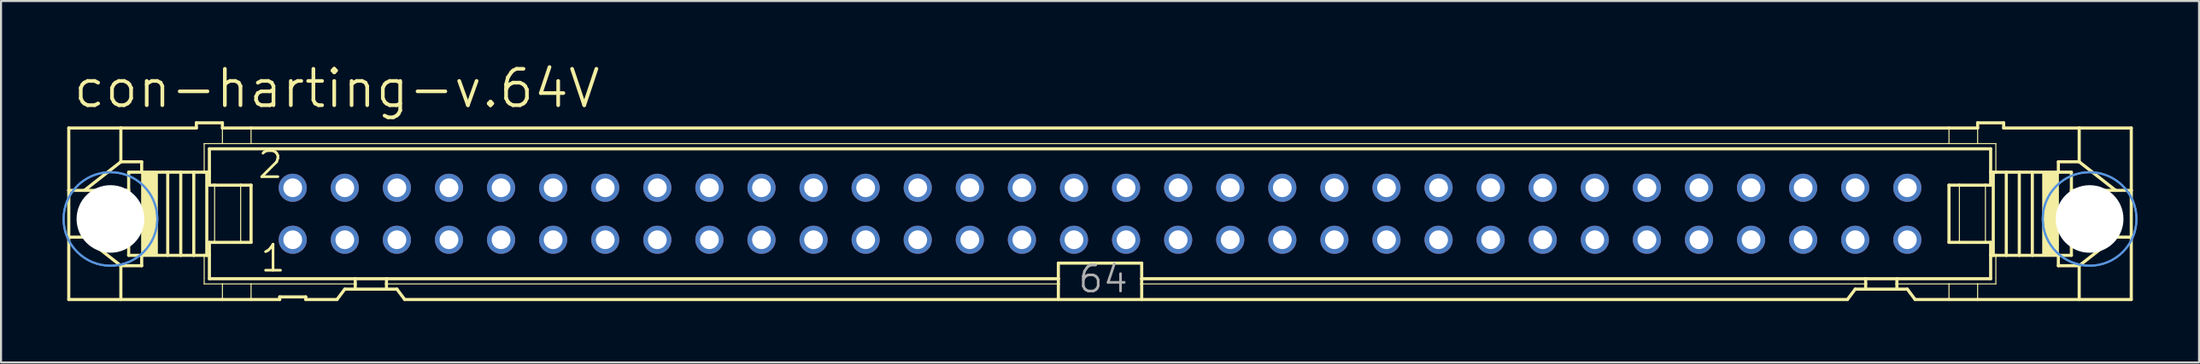
<source format=kicad_pcb>
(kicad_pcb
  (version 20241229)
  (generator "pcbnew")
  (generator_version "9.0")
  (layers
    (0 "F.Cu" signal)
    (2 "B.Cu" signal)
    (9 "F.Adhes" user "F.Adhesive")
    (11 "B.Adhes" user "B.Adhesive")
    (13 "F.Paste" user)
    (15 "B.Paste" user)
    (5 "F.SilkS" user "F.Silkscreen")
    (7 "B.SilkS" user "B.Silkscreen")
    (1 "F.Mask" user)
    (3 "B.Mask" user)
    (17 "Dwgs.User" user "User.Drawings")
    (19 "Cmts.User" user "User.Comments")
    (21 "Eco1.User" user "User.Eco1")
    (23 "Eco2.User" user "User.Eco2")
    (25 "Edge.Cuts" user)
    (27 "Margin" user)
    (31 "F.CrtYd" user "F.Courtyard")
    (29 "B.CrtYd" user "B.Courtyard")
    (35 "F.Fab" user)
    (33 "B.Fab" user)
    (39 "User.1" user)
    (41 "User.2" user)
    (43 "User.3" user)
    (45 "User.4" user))
  (footprint "con-harting-v.64V"
    (layer "F.Cu")
    (at 50.596 7.398)
    (property "Reference" "con-harting-v.64V" (at -50.165 -5.08 0) (layer "F.SilkS") (effects (font (size 1.778 1.778) (thickness 0.18)) (justify left bottom)))
    (attr through_hole)
    (fp_line (start -50.292 -4.191) (end -50.292 -1.143) (stroke (width 0.152) (type default)) (layer "F.SilkS"))
    (fp_line (start -50.292 -4.191) (end -47.752 -4.191) (stroke (width 0.152) (type default)) (layer "F.SilkS"))
    (fp_line (start -50.292 -1.143) (end -50.292 1.143) (stroke (width 0.152) (type default)) (layer "F.SilkS"))
    (fp_line (start -50.292 -1.143) (end -49.53 -1.143) (stroke (width 0.152) (type default)) (layer "F.SilkS"))
    (fp_line (start -50.292 1.143) (end -50.292 4.191) (stroke (width 0.152) (type default)) (layer "F.SilkS"))
    (fp_line (start -50.292 1.143) (end -49.53 1.143) (stroke (width 0.152) (type default)) (layer "F.SilkS"))
    (fp_line (start -49.53 -1.143) (end -47.371 -1.143) (stroke (width 0.152) (type default)) (layer "F.SilkS"))
    (fp_line (start -49.53 1.143) (end -47.371 1.143) (stroke (width 0.152) (type default)) (layer "F.SilkS"))
    (fp_line (start -47.752 -4.191) (end -47.752 -2.54) (stroke (width 0.152) (type default)) (layer "F.SilkS"))
    (fp_line (start -47.752 -2.54) (end -49.53 -1.143) (stroke (width 0.152) (type default)) (layer "F.SilkS"))
    (fp_line (start -47.752 2.54) (end -49.53 1.143) (stroke (width 0.152) (type default)) (layer "F.SilkS"))
    (fp_line (start -47.752 2.54) (end -47.752 4.191) (stroke (width 0.152) (type default)) (layer "F.SilkS"))
    (fp_line (start -47.752 4.191) (end -50.292 4.191) (stroke (width 0.152) (type default)) (layer "F.SilkS"))
    (fp_line (start -47.371 -1.143) (end -47.371 -2.032) (stroke (width 0.152) (type default)) (layer "F.SilkS"))
    (fp_line (start -47.371 1.143) (end -47.371 -1.143) (stroke (width 0.152) (type default)) (layer "F.SilkS"))
    (fp_line (start -47.371 2.032) (end -47.371 1.143) (stroke (width 0.152) (type default)) (layer "F.SilkS"))
    (fp_line (start -46.736 -2.54) (end -47.752 -2.54) (stroke (width 0.152) (type default)) (layer "F.SilkS"))
    (fp_line (start -46.736 -2.54) (end -46.736 -2.032) (stroke (width 0.152) (type default)) (layer "F.SilkS"))
    (fp_line (start -46.736 -2.032) (end -47.371 -2.032) (stroke (width 0.152) (type default)) (layer "F.SilkS"))
    (fp_line (start -46.736 2.032) (end -47.371 2.032) (stroke (width 0.152) (type default)) (layer "F.SilkS"))
    (fp_line (start -46.736 2.032) (end -46.736 2.54) (stroke (width 0.152) (type default)) (layer "F.SilkS"))
    (fp_line (start -46.736 2.54) (end -47.752 2.54) (stroke (width 0.152) (type default)) (layer "F.SilkS"))
    (fp_line (start -45.466 -2.032) (end -46.736 -2.032) (stroke (width 0.152) (type default)) (layer "F.SilkS"))
    (fp_line (start -45.466 2.032) (end -46.736 2.032) (stroke (width 0.152) (type default)) (layer "F.SilkS"))
    (fp_line (start -45.466 2.032) (end -45.466 -2.032) (stroke (width 0.152) (type default)) (layer "F.SilkS"))
    (fp_line (start -44.831 -2.032) (end -45.466 -2.032) (stroke (width 0.152) (type default)) (layer "F.SilkS"))
    (fp_line (start -44.831 2.032) (end -45.466 2.032) (stroke (width 0.152) (type default)) (layer "F.SilkS"))
    (fp_line (start -44.831 2.032) (end -44.831 -2.032) (stroke (width 0.152) (type default)) (layer "F.SilkS"))
    (fp_line (start -44.196 -2.032) (end -44.831 -2.032) (stroke (width 0.152) (type default)) (layer "F.SilkS"))
    (fp_line (start -44.196 2.032) (end -44.831 2.032) (stroke (width 0.152) (type default)) (layer "F.SilkS"))
    (fp_line (start -44.196 2.032) (end -44.196 -2.032) (stroke (width 0.152) (type default)) (layer "F.SilkS"))
    (fp_line (start -44.069 -4.445) (end -44.069 -4.191) (stroke (width 0.152) (type default)) (layer "F.SilkS"))
    (fp_line (start -44.069 -4.445) (end -42.799 -4.445) (stroke (width 0.152) (type default)) (layer "F.SilkS"))
    (fp_line (start -44.069 -4.191) (end -47.752 -4.191) (stroke (width 0.152) (type default)) (layer "F.SilkS"))
    (fp_line (start -43.688 -3.429) (end -43.688 -2.032) (stroke (width 0.051) (type default)) (layer "F.SilkS"))
    (fp_line (start -43.688 -2.032) (end -44.196 -2.032) (stroke (width 0.152) (type default)) (layer "F.SilkS"))
    (fp_line (start -43.688 2.032) (end -44.196 2.032) (stroke (width 0.152) (type default)) (layer "F.SilkS"))
    (fp_line (start -43.688 3.429) (end -43.688 2.032) (stroke (width 0.051) (type default)) (layer "F.SilkS"))
    (fp_line (start -43.561 -2.032) (end -43.688 -2.032) (stroke (width 0.152) (type default)) (layer "F.SilkS"))
    (fp_line (start -43.561 2.032) (end -43.688 2.032) (stroke (width 0.152) (type default)) (layer "F.SilkS"))
    (fp_line (start -43.561 2.032) (end -43.561 -2.032) (stroke (width 0.152) (type default)) (layer "F.SilkS"))
    (fp_line (start -43.434 -3.175) (end 43.434 -3.175) (stroke (width 0.152) (type default)) (layer "F.SilkS"))
    (fp_line (start -43.434 -2.032) (end -43.561 -2.032) (stroke (width 0.152) (type default)) (layer "F.SilkS"))
    (fp_line (start -43.434 -2.032) (end -43.434 -3.175) (stroke (width 0.152) (type default)) (layer "F.SilkS"))
    (fp_line (start -43.434 -1.397) (end -43.434 -2.032) (stroke (width 0.152) (type default)) (layer "F.SilkS"))
    (fp_line (start -43.434 -1.397) (end -43.18 -1.397) (stroke (width 0.152) (type default)) (layer "F.SilkS"))
    (fp_line (start -43.434 2.032) (end -43.561 2.032) (stroke (width 0.152) (type default)) (layer "F.SilkS"))
    (fp_line (start -43.434 2.032) (end -43.434 1.397) (stroke (width 0.152) (type default)) (layer "F.SilkS"))
    (fp_line (start -43.434 3.175) (end -43.434 2.032) (stroke (width 0.152) (type default)) (layer "F.SilkS"))
    (fp_line (start -43.18 -1.397) (end -41.91 -1.397) (stroke (width 0.152) (type default)) (layer "F.SilkS"))
    (fp_line (start -43.18 1.397) (end -43.434 1.397) (stroke (width 0.152) (type default)) (layer "F.SilkS"))
    (fp_line (start -43.18 1.397) (end -43.18 -1.397) (stroke (width 0.051) (type default)) (layer "F.SilkS"))
    (fp_line (start -42.799 -4.445) (end -42.799 -4.191) (stroke (width 0.152) (type default)) (layer "F.SilkS"))
    (fp_line (start -42.799 -3.429) (end -43.688 -3.429) (stroke (width 0.051) (type default)) (layer "F.SilkS"))
    (fp_line (start -42.799 -3.429) (end -42.799 -4.191) (stroke (width 0.051) (type default)) (layer "F.SilkS"))
    (fp_line (start -42.799 -3.429) (end -41.402 -3.429) (stroke (width 0.051) (type default)) (layer "F.SilkS"))
    (fp_line (start -42.799 3.429) (end -43.688 3.429) (stroke (width 0.051) (type default)) (layer "F.SilkS"))
    (fp_line (start -42.799 4.191) (end -47.752 4.191) (stroke (width 0.152) (type default)) (layer "F.SilkS"))
    (fp_line (start -42.799 4.191) (end -42.799 3.429) (stroke (width 0.051) (type default)) (layer "F.SilkS"))
    (fp_line (start -41.91 -1.397) (end -41.402 -1.397) (stroke (width 0.152) (type default)) (layer "F.SilkS"))
    (fp_line (start -41.91 1.397) (end -43.18 1.397) (stroke (width 0.152) (type default)) (layer "F.SilkS"))
    (fp_line (start -41.91 1.397) (end -41.91 -1.397) (stroke (width 0.051) (type default)) (layer "F.SilkS"))
    (fp_line (start -41.402 -4.191) (end -42.799 -4.191) (stroke (width 0.152) (type default)) (layer "F.SilkS"))
    (fp_line (start -41.402 -4.191) (end 41.402 -4.191) (stroke (width 0.152) (type default)) (layer "F.SilkS"))
    (fp_line (start -41.402 -3.429) (end -41.402 -4.191) (stroke (width 0.051) (type default)) (layer "F.SilkS"))
    (fp_line (start -41.402 -3.429) (end 41.402 -3.429) (stroke (width 0.051) (type default)) (layer "F.SilkS"))
    (fp_line (start -41.402 1.397) (end -41.91 1.397) (stroke (width 0.152) (type default)) (layer "F.SilkS"))
    (fp_line (start -41.402 1.397) (end -41.402 -1.397) (stroke (width 0.152) (type default)) (layer "F.SilkS"))
    (fp_line (start -41.402 3.429) (end -42.799 3.429) (stroke (width 0.051) (type default)) (layer "F.SilkS"))
    (fp_line (start -41.402 4.191) (end -42.799 4.191) (stroke (width 0.152) (type default)) (layer "F.SilkS"))
    (fp_line (start -41.402 4.191) (end -41.402 3.429) (stroke (width 0.051) (type default)) (layer "F.SilkS"))
    (fp_line (start -40.005 4.191) (end -41.402 4.191) (stroke (width 0.152) (type default)) (layer "F.SilkS"))
    (fp_line (start -40.005 4.191) (end -40.005 4.064) (stroke (width 0.152) (type default)) (layer "F.SilkS"))
    (fp_line (start -38.735 4.064) (end -40.005 4.064) (stroke (width 0.152) (type default)) (layer "F.SilkS"))
    (fp_line (start -38.735 4.064) (end -38.735 4.191) (stroke (width 0.152) (type default)) (layer "F.SilkS"))
    (fp_line (start -37.211 4.191) (end -38.735 4.191) (stroke (width 0.152) (type default)) (layer "F.SilkS"))
    (fp_line (start -37.211 4.191) (end -36.83 3.683) (stroke (width 0.152) (type default)) (layer "F.SilkS"))
    (fp_line (start -36.322 3.175) (end -43.434 3.175) (stroke (width 0.152) (type default)) (layer "F.SilkS"))
    (fp_line (start -36.322 3.175) (end -36.322 3.429) (stroke (width 0.152) (type default)) (layer "F.SilkS"))
    (fp_line (start -36.322 3.429) (end -41.402 3.429) (stroke (width 0.051) (type default)) (layer "F.SilkS"))
    (fp_line (start -36.322 3.429) (end -36.322 3.683) (stroke (width 0.152) (type default)) (layer "F.SilkS"))
    (fp_line (start -36.322 3.683) (end -36.83 3.683) (stroke (width 0.152) (type default)) (layer "F.SilkS"))
    (fp_line (start -34.798 3.175) (end -36.322 3.175) (stroke (width 0.152) (type default)) (layer "F.SilkS"))
    (fp_line (start -34.798 3.175) (end -34.798 3.429) (stroke (width 0.152) (type default)) (layer "F.SilkS"))
    (fp_line (start -34.798 3.429) (end -34.798 3.683) (stroke (width 0.152) (type default)) (layer "F.SilkS"))
    (fp_line (start -34.798 3.683) (end -36.322 3.683) (stroke (width 0.152) (type default)) (layer "F.SilkS"))
    (fp_line (start -34.29 3.683) (end -34.798 3.683) (stroke (width 0.152) (type default)) (layer "F.SilkS"))
    (fp_line (start -34.29 3.683) (end -33.909 4.191) (stroke (width 0.152) (type default)) (layer "F.SilkS"))
    (fp_line (start -2.032 3.175) (end -34.798 3.175) (stroke (width 0.152) (type default)) (layer "F.SilkS"))
    (fp_line (start -2.032 3.175) (end -2.032 2.413) (stroke (width 0.152) (type default)) (layer "F.SilkS"))
    (fp_line (start -2.032 3.175) (end -2.032 3.429) (stroke (width 0.152) (type default)) (layer "F.SilkS"))
    (fp_line (start -2.032 3.429) (end -34.798 3.429) (stroke (width 0.051) (type default)) (layer "F.SilkS"))
    (fp_line (start -2.032 3.429) (end -2.032 4.191) (stroke (width 0.152) (type default)) (layer "F.SilkS"))
    (fp_line (start -2.032 4.191) (end -33.909 4.191) (stroke (width 0.152) (type default)) (layer "F.SilkS"))
    (fp_line (start 2.032 2.413) (end -2.032 2.413) (stroke (width 0.152) (type default)) (layer "F.SilkS"))
    (fp_line (start 2.032 2.413) (end 2.032 3.175) (stroke (width 0.152) (type default)) (layer "F.SilkS"))
    (fp_line (start 2.032 3.175) (end 2.032 3.429) (stroke (width 0.152) (type default)) (layer "F.SilkS"))
    (fp_line (start 2.032 3.429) (end 2.032 4.191) (stroke (width 0.152) (type default)) (layer "F.SilkS"))
    (fp_line (start 2.032 4.191) (end -2.032 4.191) (stroke (width 0.152) (type default)) (layer "F.SilkS"))
    (fp_line (start 36.449 4.191) (end 2.032 4.191) (stroke (width 0.152) (type default)) (layer "F.SilkS"))
    (fp_line (start 36.449 4.191) (end 36.83 3.683) (stroke (width 0.152) (type default)) (layer "F.SilkS"))
    (fp_line (start 37.338 3.175) (end 2.032 3.175) (stroke (width 0.152) (type default)) (layer "F.SilkS"))
    (fp_line (start 37.338 3.175) (end 37.338 3.429) (stroke (width 0.152) (type default)) (layer "F.SilkS"))
    (fp_line (start 37.338 3.429) (end 2.032 3.429) (stroke (width 0.051) (type default)) (layer "F.SilkS"))
    (fp_line (start 37.338 3.429) (end 37.338 3.683) (stroke (width 0.152) (type default)) (layer "F.SilkS"))
    (fp_line (start 37.338 3.683) (end 36.83 3.683) (stroke (width 0.152) (type default)) (layer "F.SilkS"))
    (fp_line (start 38.862 3.175) (end 37.338 3.175) (stroke (width 0.152) (type default)) (layer "F.SilkS"))
    (fp_line (start 38.862 3.175) (end 38.862 3.429) (stroke (width 0.152) (type default)) (layer "F.SilkS"))
    (fp_line (start 38.862 3.429) (end 38.862 3.683) (stroke (width 0.152) (type default)) (layer "F.SilkS"))
    (fp_line (start 38.862 3.429) (end 41.402 3.429) (stroke (width 0.051) (type default)) (layer "F.SilkS"))
    (fp_line (start 38.862 3.683) (end 37.338 3.683) (stroke (width 0.152) (type default)) (layer "F.SilkS"))
    (fp_line (start 39.37 3.683) (end 38.862 3.683) (stroke (width 0.152) (type default)) (layer "F.SilkS"))
    (fp_line (start 39.37 3.683) (end 39.751 4.191) (stroke (width 0.152) (type default)) (layer "F.SilkS"))
    (fp_line (start 41.402 -4.191) (end 41.402 -3.429) (stroke (width 0.051) (type default)) (layer "F.SilkS"))
    (fp_line (start 41.402 -4.191) (end 42.799 -4.191) (stroke (width 0.152) (type default)) (layer "F.SilkS"))
    (fp_line (start 41.402 -1.397) (end 41.402 1.397) (stroke (width 0.152) (type default)) (layer "F.SilkS"))
    (fp_line (start 41.402 -1.397) (end 41.91 -1.397) (stroke (width 0.152) (type default)) (layer "F.SilkS"))
    (fp_line (start 41.402 3.429) (end 41.402 4.191) (stroke (width 0.051) (type default)) (layer "F.SilkS"))
    (fp_line (start 41.402 3.429) (end 42.799 3.429) (stroke (width 0.051) (type default)) (layer "F.SilkS"))
    (fp_line (start 41.402 4.191) (end 39.751 4.191) (stroke (width 0.152) (type default)) (layer "F.SilkS"))
    (fp_line (start 41.91 -1.397) (end 41.91 1.397) (stroke (width 0.051) (type default)) (layer "F.SilkS"))
    (fp_line (start 41.91 -1.397) (end 43.18 -1.397) (stroke (width 0.152) (type default)) (layer "F.SilkS"))
    (fp_line (start 41.91 1.397) (end 41.402 1.397) (stroke (width 0.152) (type default)) (layer "F.SilkS"))
    (fp_line (start 42.799 -4.191) (end 42.799 -4.445) (stroke (width 0.152) (type default)) (layer "F.SilkS"))
    (fp_line (start 42.799 -4.191) (end 42.799 -3.429) (stroke (width 0.051) (type default)) (layer "F.SilkS"))
    (fp_line (start 42.799 -3.429) (end 41.402 -3.429) (stroke (width 0.051) (type default)) (layer "F.SilkS"))
    (fp_line (start 42.799 -3.429) (end 43.688 -3.429) (stroke (width 0.051) (type default)) (layer "F.SilkS"))
    (fp_line (start 42.799 3.429) (end 42.799 4.191) (stroke (width 0.051) (type default)) (layer "F.SilkS"))
    (fp_line (start 42.799 3.429) (end 43.688 3.429) (stroke (width 0.051) (type default)) (layer "F.SilkS"))
    (fp_line (start 42.799 4.191) (end 41.402 4.191) (stroke (width 0.152) (type default)) (layer "F.SilkS"))
    (fp_line (start 43.18 -1.397) (end 43.18 1.397) (stroke (width 0.051) (type default)) (layer "F.SilkS"))
    (fp_line (start 43.18 -1.397) (end 43.434 -1.397) (stroke (width 0.152) (type default)) (layer "F.SilkS"))
    (fp_line (start 43.18 1.397) (end 41.91 1.397) (stroke (width 0.152) (type default)) (layer "F.SilkS"))
    (fp_line (start 43.434 -3.175) (end 43.434 -2.032) (stroke (width 0.152) (type default)) (layer "F.SilkS"))
    (fp_line (start 43.434 -2.032) (end 43.434 -1.397) (stroke (width 0.152) (type default)) (layer "F.SilkS"))
    (fp_line (start 43.434 -2.032) (end 43.561 -2.032) (stroke (width 0.152) (type default)) (layer "F.SilkS"))
    (fp_line (start 43.434 1.397) (end 43.18 1.397) (stroke (width 0.152) (type default)) (layer "F.SilkS"))
    (fp_line (start 43.434 1.397) (end 43.434 2.032) (stroke (width 0.152) (type default)) (layer "F.SilkS"))
    (fp_line (start 43.434 2.032) (end 43.434 3.175) (stroke (width 0.152) (type default)) (layer "F.SilkS"))
    (fp_line (start 43.434 2.032) (end 43.561 2.032) (stroke (width 0.152) (type default)) (layer "F.SilkS"))
    (fp_line (start 43.434 3.175) (end 38.862 3.175) (stroke (width 0.152) (type default)) (layer "F.SilkS"))
    (fp_line (start 43.561 -2.032) (end 43.561 2.032) (stroke (width 0.152) (type default)) (layer "F.SilkS"))
    (fp_line (start 43.561 -2.032) (end 43.688 -2.032) (stroke (width 0.152) (type default)) (layer "F.SilkS"))
    (fp_line (start 43.561 2.032) (end 43.688 2.032) (stroke (width 0.152) (type default)) (layer "F.SilkS"))
    (fp_line (start 43.688 -3.429) (end 43.688 -2.032) (stroke (width 0.051) (type default)) (layer "F.SilkS"))
    (fp_line (start 43.688 -2.032) (end 44.196 -2.032) (stroke (width 0.152) (type default)) (layer "F.SilkS"))
    (fp_line (start 43.688 2.032) (end 44.196 2.032) (stroke (width 0.152) (type default)) (layer "F.SilkS"))
    (fp_line (start 43.688 3.429) (end 43.688 2.032) (stroke (width 0.051) (type default)) (layer "F.SilkS"))
    (fp_line (start 44.069 -4.445) (end 42.799 -4.445) (stroke (width 0.152) (type default)) (layer "F.SilkS"))
    (fp_line (start 44.069 -4.191) (end 44.069 -4.445) (stroke (width 0.152) (type default)) (layer "F.SilkS"))
    (fp_line (start 44.069 -4.191) (end 47.752 -4.191) (stroke (width 0.152) (type default)) (layer "F.SilkS"))
    (fp_line (start 44.196 -2.032) (end 44.196 2.032) (stroke (width 0.152) (type default)) (layer "F.SilkS"))
    (fp_line (start 44.196 -2.032) (end 44.831 -2.032) (stroke (width 0.152) (type default)) (layer "F.SilkS"))
    (fp_line (start 44.196 2.032) (end 44.831 2.032) (stroke (width 0.152) (type default)) (layer "F.SilkS"))
    (fp_line (start 44.831 -2.032) (end 44.831 2.032) (stroke (width 0.152) (type default)) (layer "F.SilkS"))
    (fp_line (start 44.831 -2.032) (end 45.466 -2.032) (stroke (width 0.152) (type default)) (layer "F.SilkS"))
    (fp_line (start 44.831 2.032) (end 45.466 2.032) (stroke (width 0.152) (type default)) (layer "F.SilkS"))
    (fp_line (start 45.466 -2.032) (end 45.466 2.032) (stroke (width 0.152) (type default)) (layer "F.SilkS"))
    (fp_line (start 45.466 -2.032) (end 46.736 -2.032) (stroke (width 0.152) (type default)) (layer "F.SilkS"))
    (fp_line (start 45.466 2.032) (end 46.736 2.032) (stroke (width 0.152) (type default)) (layer "F.SilkS"))
    (fp_line (start 46.736 -2.54) (end 47.752 -2.54) (stroke (width 0.152) (type default)) (layer "F.SilkS"))
    (fp_line (start 46.736 -2.032) (end 46.736 -2.54) (stroke (width 0.152) (type default)) (layer "F.SilkS"))
    (fp_line (start 46.736 -2.032) (end 47.371 -2.032) (stroke (width 0.152) (type default)) (layer "F.SilkS"))
    (fp_line (start 46.736 2.032) (end 47.371 2.032) (stroke (width 0.152) (type default)) (layer "F.SilkS"))
    (fp_line (start 46.736 2.54) (end 46.736 2.032) (stroke (width 0.152) (type default)) (layer "F.SilkS"))
    (fp_line (start 46.736 2.54) (end 47.752 2.54) (stroke (width 0.152) (type default)) (layer "F.SilkS"))
    (fp_line (start 47.371 -2.032) (end 47.371 -1.143) (stroke (width 0.152) (type default)) (layer "F.SilkS"))
    (fp_line (start 47.371 -1.143) (end 47.371 1.143) (stroke (width 0.152) (type default)) (layer "F.SilkS"))
    (fp_line (start 47.371 1.143) (end 47.371 2.032) (stroke (width 0.152) (type default)) (layer "F.SilkS"))
    (fp_line (start 47.752 -4.191) (end 50.292 -4.191) (stroke (width 0.152) (type default)) (layer "F.SilkS"))
    (fp_line (start 47.752 -2.54) (end 47.752 -4.191) (stroke (width 0.152) (type default)) (layer "F.SilkS"))
    (fp_line (start 47.752 -2.54) (end 49.53 -1.143) (stroke (width 0.152) (type default)) (layer "F.SilkS"))
    (fp_line (start 47.752 2.54) (end 49.53 1.143) (stroke (width 0.152) (type default)) (layer "F.SilkS"))
    (fp_line (start 47.752 4.191) (end 42.799 4.191) (stroke (width 0.152) (type default)) (layer "F.SilkS"))
    (fp_line (start 47.752 4.191) (end 47.752 2.54) (stroke (width 0.152) (type default)) (layer "F.SilkS"))
    (fp_line (start 49.53 -1.143) (end 47.371 -1.143) (stroke (width 0.152) (type default)) (layer "F.SilkS"))
    (fp_line (start 49.53 1.143) (end 47.371 1.143) (stroke (width 0.152) (type default)) (layer "F.SilkS"))
    (fp_line (start 50.292 -1.143) (end 49.53 -1.143) (stroke (width 0.152) (type default)) (layer "F.SilkS"))
    (fp_line (start 50.292 -1.143) (end 50.292 -4.191) (stroke (width 0.152) (type default)) (layer "F.SilkS"))
    (fp_line (start 50.292 1.143) (end 49.53 1.143) (stroke (width 0.152) (type default)) (layer "F.SilkS"))
    (fp_line (start 50.292 1.143) (end 50.292 -1.143) (stroke (width 0.152) (type default)) (layer "F.SilkS"))
    (fp_line (start 50.292 4.191) (end 47.752 4.191) (stroke (width 0.152) (type default)) (layer "F.SilkS"))
    (fp_line (start 50.292 4.191) (end 50.292 1.143) (stroke (width 0.152) (type default)) (layer "F.SilkS"))
    (fp_rect (start -46.736 2.032) (end -45.974 -2.032) (stroke (width 0.05) (type default)) (fill yes) (layer "F.SilkS"))
    (fp_rect (start 45.974 2.032) (end 46.736 -2.032) (stroke (width 0.05) (type default)) (fill yes) (layer "F.SilkS"))
    (fp_circle (center -48.26 0.254) (end -45.974 0.254) (stroke (width 0.1) (type default)) (fill no) (layer "Cmts.User"))
    (fp_circle (center -48.26 0.254) (end -45.974 0.254) (stroke (width 0.1) (type default)) (fill no) (layer "Cmts.User"))
    (fp_circle (center 48.26 0.254) (end 50.546 0.254) (stroke (width 0.1) (type default)) (fill no) (layer "Cmts.User"))
    (fp_circle (center 48.26 0.254) (end 50.546 0.254) (stroke (width 0.1) (type default)) (fill no) (layer "Cmts.User"))
    (fp_rect (start -49.53 0.381) (end -47.752 -0.381) (stroke (width 0.05) (type default)) (fill no) (layer "F.Fab"))
    (fp_rect (start -39.624 -1.016) (end -39.116 -1.524) (stroke (width 0.05) (type default)) (fill no) (layer "F.Fab"))
    (fp_rect (start -39.624 1.524) (end -39.116 1.016) (stroke (width 0.05) (type default)) (fill no) (layer "F.Fab"))
    (fp_rect (start -37.084 -1.016) (end -36.576 -1.524) (stroke (width 0.05) (type default)) (fill no) (layer "F.Fab"))
    (fp_rect (start -37.084 1.524) (end -36.576 1.016) (stroke (width 0.05) (type default)) (fill no) (layer "F.Fab"))
    (fp_rect (start -34.544 -1.016) (end -34.036 -1.524) (stroke (width 0.05) (type default)) (fill no) (layer "F.Fab"))
    (fp_rect (start -34.544 1.524) (end -34.036 1.016) (stroke (width 0.05) (type default)) (fill no) (layer "F.Fab"))
    (fp_rect (start -32.004 -1.016) (end -31.496 -1.524) (stroke (width 0.05) (type default)) (fill no) (layer "F.Fab"))
    (fp_rect (start -32.004 1.524) (end -31.496 1.016) (stroke (width 0.05) (type default)) (fill no) (layer "F.Fab"))
    (fp_rect (start -29.464 -1.016) (end -28.956 -1.524) (stroke (width 0.05) (type default)) (fill no) (layer "F.Fab"))
    (fp_rect (start -29.464 1.524) (end -28.956 1.016) (stroke (width 0.05) (type default)) (fill no) (layer "F.Fab"))
    (fp_rect (start -26.924 -1.016) (end -26.416 -1.524) (stroke (width 0.05) (type default)) (fill no) (layer "F.Fab"))
    (fp_rect (start -26.924 1.524) (end -26.416 1.016) (stroke (width 0.05) (type default)) (fill no) (layer "F.Fab"))
    (fp_rect (start -24.384 -1.016) (end -23.876 -1.524) (stroke (width 0.05) (type default)) (fill no) (layer "F.Fab"))
    (fp_rect (start -24.384 1.524) (end -23.876 1.016) (stroke (width 0.05) (type default)) (fill no) (layer "F.Fab"))
    (fp_rect (start -21.844 -1.016) (end -21.336 -1.524) (stroke (width 0.05) (type default)) (fill no) (layer "F.Fab"))
    (fp_rect (start -21.844 1.524) (end -21.336 1.016) (stroke (width 0.05) (type default)) (fill no) (layer "F.Fab"))
    (fp_rect (start -19.304 -1.016) (end -18.796 -1.524) (stroke (width 0.05) (type default)) (fill no) (layer "F.Fab"))
    (fp_rect (start -19.304 1.524) (end -18.796 1.016) (stroke (width 0.05) (type default)) (fill no) (layer "F.Fab"))
    (fp_rect (start -16.764 -1.016) (end -16.256 -1.524) (stroke (width 0.05) (type default)) (fill no) (layer "F.Fab"))
    (fp_rect (start -16.764 1.524) (end -16.256 1.016) (stroke (width 0.05) (type default)) (fill no) (layer "F.Fab"))
    (fp_rect (start -14.224 -1.016) (end -13.716 -1.524) (stroke (width 0.05) (type default)) (fill no) (layer "F.Fab"))
    (fp_rect (start -14.224 1.524) (end -13.716 1.016) (stroke (width 0.05) (type default)) (fill no) (layer "F.Fab"))
    (fp_rect (start -11.684 -1.016) (end -11.176 -1.524) (stroke (width 0.05) (type default)) (fill no) (layer "F.Fab"))
    (fp_rect (start -11.684 1.524) (end -11.176 1.016) (stroke (width 0.05) (type default)) (fill no) (layer "F.Fab"))
    (fp_rect (start -9.144 -1.016) (end -8.636 -1.524) (stroke (width 0.05) (type default)) (fill no) (layer "F.Fab"))
    (fp_rect (start -9.144 1.524) (end -8.636 1.016) (stroke (width 0.05) (type default)) (fill no) (layer "F.Fab"))
    (fp_rect (start -6.604 -1.016) (end -6.096 -1.524) (stroke (width 0.05) (type default)) (fill no) (layer "F.Fab"))
    (fp_rect (start -6.604 1.524) (end -6.096 1.016) (stroke (width 0.05) (type default)) (fill no) (layer "F.Fab"))
    (fp_rect (start -4.064 -1.016) (end -3.556 -1.524) (stroke (width 0.05) (type default)) (fill no) (layer "F.Fab"))
    (fp_rect (start -4.064 1.524) (end -3.556 1.016) (stroke (width 0.05) (type default)) (fill no) (layer "F.Fab"))
    (fp_rect (start -1.524 -1.016) (end -1.016 -1.524) (stroke (width 0.05) (type default)) (fill no) (layer "F.Fab"))
    (fp_rect (start -1.524 1.524) (end -1.016 1.016) (stroke (width 0.05) (type default)) (fill no) (layer "F.Fab"))
    (fp_rect (start 1.016 -1.016) (end 1.524 -1.524) (stroke (width 0.05) (type default)) (fill no) (layer "F.Fab"))
    (fp_rect (start 1.016 1.524) (end 1.524 1.016) (stroke (width 0.05) (type default)) (fill no) (layer "F.Fab"))
    (fp_rect (start 3.556 -1.016) (end 4.064 -1.524) (stroke (width 0.05) (type default)) (fill no) (layer "F.Fab"))
    (fp_rect (start 3.556 1.524) (end 4.064 1.016) (stroke (width 0.05) (type default)) (fill no) (layer "F.Fab"))
    (fp_rect (start 6.096 -1.016) (end 6.604 -1.524) (stroke (width 0.05) (type default)) (fill no) (layer "F.Fab"))
    (fp_rect (start 6.096 1.524) (end 6.604 1.016) (stroke (width 0.05) (type default)) (fill no) (layer "F.Fab"))
    (fp_rect (start 8.636 -1.016) (end 9.144 -1.524) (stroke (width 0.05) (type default)) (fill no) (layer "F.Fab"))
    (fp_rect (start 8.636 1.524) (end 9.144 1.016) (stroke (width 0.05) (type default)) (fill no) (layer "F.Fab"))
    (fp_rect (start 11.176 -1.016) (end 11.684 -1.524) (stroke (width 0.05) (type default)) (fill no) (layer "F.Fab"))
    (fp_rect (start 11.176 1.524) (end 11.684 1.016) (stroke (width 0.05) (type default)) (fill no) (layer "F.Fab"))
    (fp_rect (start 13.716 -1.016) (end 14.224 -1.524) (stroke (width 0.05) (type default)) (fill no) (layer "F.Fab"))
    (fp_rect (start 13.716 1.524) (end 14.224 1.016) (stroke (width 0.05) (type default)) (fill no) (layer "F.Fab"))
    (fp_rect (start 16.256 -1.016) (end 16.764 -1.524) (stroke (width 0.05) (type default)) (fill no) (layer "F.Fab"))
    (fp_rect (start 16.256 1.524) (end 16.764 1.016) (stroke (width 0.05) (type default)) (fill no) (layer "F.Fab"))
    (fp_rect (start 18.796 -1.016) (end 19.304 -1.524) (stroke (width 0.05) (type default)) (fill no) (layer "F.Fab"))
    (fp_rect (start 18.796 1.524) (end 19.304 1.016) (stroke (width 0.05) (type default)) (fill no) (layer "F.Fab"))
    (fp_rect (start 21.336 -1.016) (end 21.844 -1.524) (stroke (width 0.05) (type default)) (fill no) (layer "F.Fab"))
    (fp_rect (start 21.336 1.524) (end 21.844 1.016) (stroke (width 0.05) (type default)) (fill no) (layer "F.Fab"))
    (fp_rect (start 23.876 -1.016) (end 24.384 -1.524) (stroke (width 0.05) (type default)) (fill no) (layer "F.Fab"))
    (fp_rect (start 23.876 1.524) (end 24.384 1.016) (stroke (width 0.05) (type default)) (fill no) (layer "F.Fab"))
    (fp_rect (start 26.416 -1.016) (end 26.924 -1.524) (stroke (width 0.05) (type default)) (fill no) (layer "F.Fab"))
    (fp_rect (start 26.416 1.524) (end 26.924 1.016) (stroke (width 0.05) (type default)) (fill no) (layer "F.Fab"))
    (fp_rect (start 28.956 -1.016) (end 29.464 -1.524) (stroke (width 0.05) (type default)) (fill no) (layer "F.Fab"))
    (fp_rect (start 28.956 1.524) (end 29.464 1.016) (stroke (width 0.05) (type default)) (fill no) (layer "F.Fab"))
    (fp_rect (start 31.496 -1.016) (end 32.004 -1.524) (stroke (width 0.05) (type default)) (fill no) (layer "F.Fab"))
    (fp_rect (start 31.496 1.524) (end 32.004 1.016) (stroke (width 0.05) (type default)) (fill no) (layer "F.Fab"))
    (fp_rect (start 34.036 -1.016) (end 34.544 -1.524) (stroke (width 0.05) (type default)) (fill no) (layer "F.Fab"))
    (fp_rect (start 34.036 1.524) (end 34.544 1.016) (stroke (width 0.05) (type default)) (fill no) (layer "F.Fab"))
    (fp_rect (start 36.576 -1.016) (end 37.084 -1.524) (stroke (width 0.05) (type default)) (fill no) (layer "F.Fab"))
    (fp_rect (start 36.576 1.524) (end 37.084 1.016) (stroke (width 0.05) (type default)) (fill no) (layer "F.Fab"))
    (fp_rect (start 39.116 -1.016) (end 39.624 -1.524) (stroke (width 0.05) (type default)) (fill no) (layer "F.Fab"))
    (fp_rect (start 39.116 1.524) (end 39.624 1.016) (stroke (width 0.05) (type default)) (fill no) (layer "F.Fab"))
    (fp_rect (start 47.752 0.381) (end 49.53 -0.381) (stroke (width 0.05) (type default)) (fill no) (layer "F.Fab"))
    (fp_text user "1" (at -41.021 2.921 0) (layer "F.SilkS") (effects (font (size 1.27 1.27) (thickness 0.13)) (justify left bottom)))
    (fp_text user "2" (at -41.148 -1.651 0) (layer "F.SilkS") (effects (font (size 1.27 1.27) (thickness 0.13)) (justify left bottom)))
    (fp_text user "64" (at -1.143 3.937 0) (layer "F.Fab") (effects (font (size 1.27 1.27) (thickness 0.13)) (justify left bottom)))
    (pad "" np_thru_hole circle (at -48.26 0.254) (size 3.302 3.302) (drill 3.302) (layers "*.Cu" "*.Mask"))
    (pad "" np_thru_hole circle (at 48.26 0.254) (size 3.302 3.302) (drill 3.302) (layers "*.Cu" "*.Mask"))
    (pad "1" thru_hole circle (at -39.37 1.27) (size 1.372 1.372) (drill 0.914) (layers "*.Cu" "*.Mask"))
    (pad "2" thru_hole circle (at -39.37 -1.27) (size 1.372 1.372) (drill 0.914) (layers "*.Cu" "*.Mask"))
    (pad "3" thru_hole circle (at -36.83 1.27) (size 1.372 1.372) (drill 0.914) (layers "*.Cu" "*.Mask"))
    (pad "4" thru_hole circle (at -36.83 -1.27) (size 1.372 1.372) (drill 0.914) (layers "*.Cu" "*.Mask"))
    (pad "5" thru_hole circle (at -34.29 1.27) (size 1.372 1.372) (drill 0.914) (layers "*.Cu" "*.Mask"))
    (pad "6" thru_hole circle (at -34.29 -1.27) (size 1.372 1.372) (drill 0.914) (layers "*.Cu" "*.Mask"))
    (pad "7" thru_hole circle (at -31.75 1.27) (size 1.372 1.372) (drill 0.914) (layers "*.Cu" "*.Mask"))
    (pad "8" thru_hole circle (at -31.75 -1.27) (size 1.372 1.372) (drill 0.914) (layers "*.Cu" "*.Mask"))
    (pad "9" thru_hole circle (at -29.21 1.27) (size 1.372 1.372) (drill 0.914) (layers "*.Cu" "*.Mask"))
    (pad "10" thru_hole circle (at -29.21 -1.27) (size 1.372 1.372) (drill 0.914) (layers "*.Cu" "*.Mask"))
    (pad "11" thru_hole circle (at -26.67 1.27) (size 1.372 1.372) (drill 0.914) (layers "*.Cu" "*.Mask"))
    (pad "12" thru_hole circle (at -26.67 -1.27) (size 1.372 1.372) (drill 0.914) (layers "*.Cu" "*.Mask"))
    (pad "13" thru_hole circle (at -24.13 1.27) (size 1.372 1.372) (drill 0.914) (layers "*.Cu" "*.Mask"))
    (pad "14" thru_hole circle (at -24.13 -1.27) (size 1.372 1.372) (drill 0.914) (layers "*.Cu" "*.Mask"))
    (pad "15" thru_hole circle (at -21.59 1.27) (size 1.372 1.372) (drill 0.914) (layers "*.Cu" "*.Mask"))
    (pad "16" thru_hole circle (at -21.59 -1.27) (size 1.372 1.372) (drill 0.914) (layers "*.Cu" "*.Mask"))
    (pad "17" thru_hole circle (at -19.05 1.27) (size 1.372 1.372) (drill 0.914) (layers "*.Cu" "*.Mask"))
    (pad "18" thru_hole circle (at -19.05 -1.27) (size 1.372 1.372) (drill 0.914) (layers "*.Cu" "*.Mask"))
    (pad "19" thru_hole circle (at -16.51 1.27) (size 1.372 1.372) (drill 0.914) (layers "*.Cu" "*.Mask"))
    (pad "20" thru_hole circle (at -16.51 -1.27) (size 1.372 1.372) (drill 0.914) (layers "*.Cu" "*.Mask"))
    (pad "21" thru_hole circle (at -13.97 1.27) (size 1.372 1.372) (drill 0.914) (layers "*.Cu" "*.Mask"))
    (pad "22" thru_hole circle (at -13.97 -1.27) (size 1.372 1.372) (drill 0.914) (layers "*.Cu" "*.Mask"))
    (pad "23" thru_hole circle (at -11.43 1.27) (size 1.372 1.372) (drill 0.914) (layers "*.Cu" "*.Mask"))
    (pad "24" thru_hole circle (at -11.43 -1.27) (size 1.372 1.372) (drill 0.914) (layers "*.Cu" "*.Mask"))
    (pad "25" thru_hole circle (at -8.89 1.27) (size 1.372 1.372) (drill 0.914) (layers "*.Cu" "*.Mask"))
    (pad "26" thru_hole circle (at -8.89 -1.27) (size 1.372 1.372) (drill 0.914) (layers "*.Cu" "*.Mask"))
    (pad "27" thru_hole circle (at -6.35 1.27) (size 1.372 1.372) (drill 0.914) (layers "*.Cu" "*.Mask"))
    (pad "28" thru_hole circle (at -6.35 -1.27) (size 1.372 1.372) (drill 0.914) (layers "*.Cu" "*.Mask"))
    (pad "29" thru_hole circle (at -3.81 1.27) (size 1.372 1.372) (drill 0.914) (layers "*.Cu" "*.Mask"))
    (pad "30" thru_hole circle (at -3.81 -1.27) (size 1.372 1.372) (drill 0.914) (layers "*.Cu" "*.Mask"))
    (pad "31" thru_hole circle (at -1.27 1.27) (size 1.372 1.372) (drill 0.914) (layers "*.Cu" "*.Mask"))
    (pad "32" thru_hole circle (at -1.27 -1.27) (size 1.372 1.372) (drill 0.914) (layers "*.Cu" "*.Mask"))
    (pad "33" thru_hole circle (at 1.27 1.27) (size 1.372 1.372) (drill 0.914) (layers "*.Cu" "*.Mask"))
    (pad "34" thru_hole circle (at 1.27 -1.27) (size 1.372 1.372) (drill 0.914) (layers "*.Cu" "*.Mask"))
    (pad "35" thru_hole circle (at 3.81 1.27) (size 1.372 1.372) (drill 0.914) (layers "*.Cu" "*.Mask"))
    (pad "36" thru_hole circle (at 3.81 -1.27) (size 1.372 1.372) (drill 0.914) (layers "*.Cu" "*.Mask"))
    (pad "37" thru_hole circle (at 6.35 1.27) (size 1.372 1.372) (drill 0.914) (layers "*.Cu" "*.Mask"))
    (pad "38" thru_hole circle (at 6.35 -1.27) (size 1.372 1.372) (drill 0.914) (layers "*.Cu" "*.Mask"))
    (pad "39" thru_hole circle (at 8.89 1.27) (size 1.372 1.372) (drill 0.914) (layers "*.Cu" "*.Mask"))
    (pad "40" thru_hole circle (at 8.89 -1.27) (size 1.372 1.372) (drill 0.914) (layers "*.Cu" "*.Mask"))
    (pad "41" thru_hole circle (at 11.43 1.27) (size 1.372 1.372) (drill 0.914) (layers "*.Cu" "*.Mask"))
    (pad "42" thru_hole circle (at 11.43 -1.27) (size 1.372 1.372) (drill 0.914) (layers "*.Cu" "*.Mask"))
    (pad "43" thru_hole circle (at 13.97 1.27) (size 1.372 1.372) (drill 0.914) (layers "*.Cu" "*.Mask"))
    (pad "44" thru_hole circle (at 13.97 -1.27) (size 1.372 1.372) (drill 0.914) (layers "*.Cu" "*.Mask"))
    (pad "45" thru_hole circle (at 16.51 1.27) (size 1.372 1.372) (drill 0.914) (layers "*.Cu" "*.Mask"))
    (pad "46" thru_hole circle (at 16.51 -1.27) (size 1.372 1.372) (drill 0.914) (layers "*.Cu" "*.Mask"))
    (pad "47" thru_hole circle (at 19.05 1.27) (size 1.372 1.372) (drill 0.914) (layers "*.Cu" "*.Mask"))
    (pad "48" thru_hole circle (at 19.05 -1.27) (size 1.372 1.372) (drill 0.914) (layers "*.Cu" "*.Mask"))
    (pad "49" thru_hole circle (at 21.59 1.27) (size 1.372 1.372) (drill 0.914) (layers "*.Cu" "*.Mask"))
    (pad "50" thru_hole circle (at 21.59 -1.27) (size 1.372 1.372) (drill 0.914) (layers "*.Cu" "*.Mask"))
    (pad "51" thru_hole circle (at 24.13 1.27) (size 1.372 1.372) (drill 0.914) (layers "*.Cu" "*.Mask"))
    (pad "52" thru_hole circle (at 24.13 -1.27) (size 1.372 1.372) (drill 0.914) (layers "*.Cu" "*.Mask"))
    (pad "53" thru_hole circle (at 26.67 1.27) (size 1.372 1.372) (drill 0.914) (layers "*.Cu" "*.Mask"))
    (pad "54" thru_hole circle (at 26.67 -1.27) (size 1.372 1.372) (drill 0.914) (layers "*.Cu" "*.Mask"))
    (pad "55" thru_hole circle (at 29.21 1.27) (size 1.372 1.372) (drill 0.914) (layers "*.Cu" "*.Mask"))
    (pad "56" thru_hole circle (at 29.21 -1.27) (size 1.372 1.372) (drill 0.914) (layers "*.Cu" "*.Mask"))
    (pad "57" thru_hole circle (at 31.75 1.27) (size 1.372 1.372) (drill 0.914) (layers "*.Cu" "*.Mask"))
    (pad "58" thru_hole circle (at 31.75 -1.27) (size 1.372 1.372) (drill 0.914) (layers "*.Cu" "*.Mask"))
    (pad "59" thru_hole circle (at 34.29 1.27) (size 1.372 1.372) (drill 0.914) (layers "*.Cu" "*.Mask"))
    (pad "60" thru_hole circle (at 34.29 -1.27) (size 1.372 1.372) (drill 0.914) (layers "*.Cu" "*.Mask"))
    (pad "61" thru_hole circle (at 36.83 1.27) (size 1.372 1.372) (drill 0.914) (layers "*.Cu" "*.Mask"))
    (pad "62" thru_hole circle (at 36.83 -1.27) (size 1.372 1.372) (drill 0.914) (layers "*.Cu" "*.Mask"))
    (pad "63" thru_hole circle (at 39.37 1.27) (size 1.372 1.372) (drill 0.914) (layers "*.Cu" "*.Mask"))
    (pad "64" thru_hole circle (at 39.37 -1.27) (size 1.372 1.372) (drill 0.914) (layers "*.Cu" "*.Mask")))
  (gr_rect
    (start -3 -3)
    (end 104.192 14.665)
    (stroke (width 0.1) (type default))
    (fill no)
    (layer "Edge.Cuts")))
</source>
